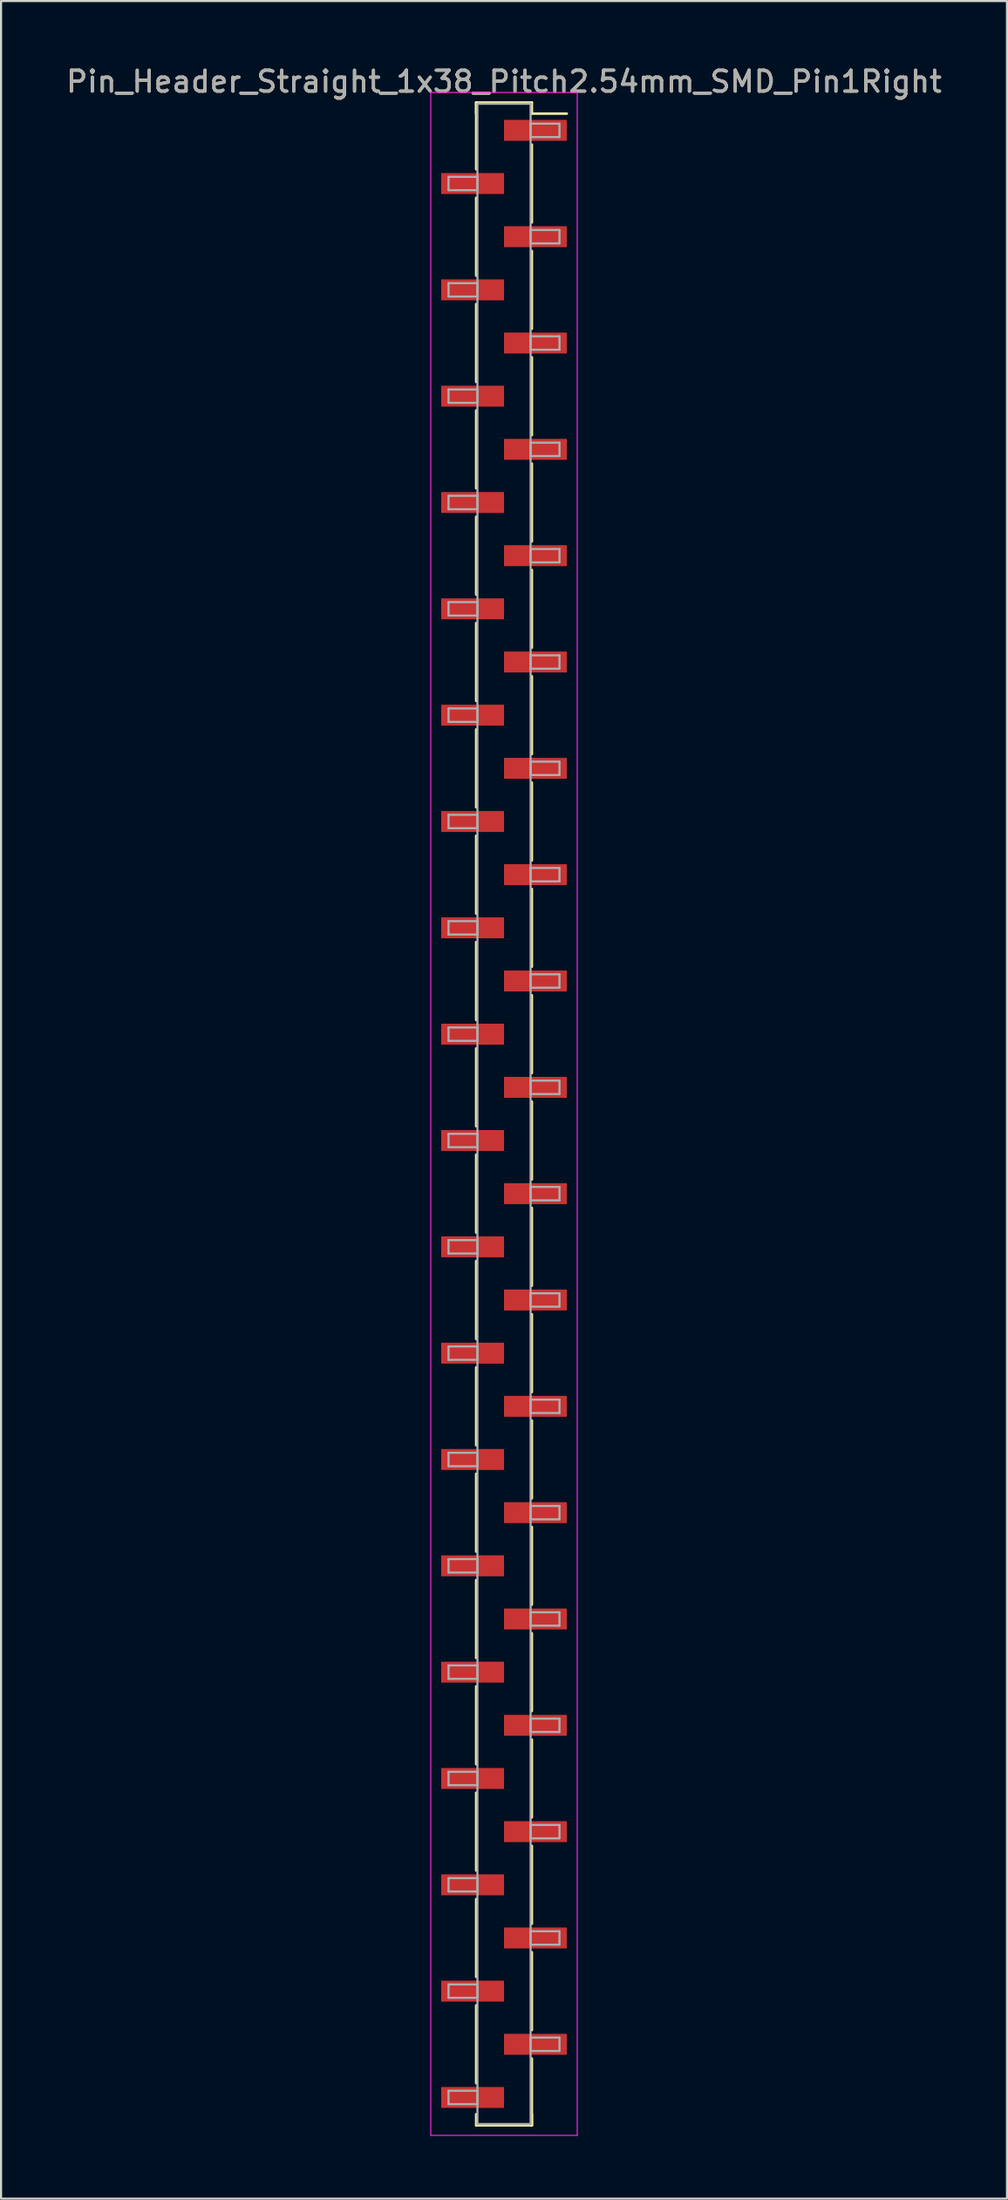
<source format=kicad_pcb>
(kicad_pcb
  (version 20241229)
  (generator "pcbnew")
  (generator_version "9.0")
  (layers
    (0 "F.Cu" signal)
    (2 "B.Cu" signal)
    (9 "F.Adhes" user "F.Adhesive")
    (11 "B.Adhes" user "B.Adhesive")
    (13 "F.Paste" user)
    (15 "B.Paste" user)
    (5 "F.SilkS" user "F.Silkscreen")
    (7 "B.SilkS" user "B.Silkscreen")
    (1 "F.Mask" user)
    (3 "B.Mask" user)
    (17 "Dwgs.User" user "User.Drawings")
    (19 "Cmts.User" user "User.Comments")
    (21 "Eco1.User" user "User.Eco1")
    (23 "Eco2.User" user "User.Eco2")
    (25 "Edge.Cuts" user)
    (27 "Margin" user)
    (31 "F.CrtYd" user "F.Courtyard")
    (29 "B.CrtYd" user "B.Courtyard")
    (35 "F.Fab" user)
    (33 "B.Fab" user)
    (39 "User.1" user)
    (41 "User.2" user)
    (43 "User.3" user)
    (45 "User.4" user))
  (footprint "Pin_Header_Straight_1x38_Pitch2.54mm_SMD_Pin1Right"
    (layer "F.Cu")
    (at 21.03 50.168)
    (property "Reference" "Pin_Header_Straight_1x38_Pitch2.54mm_SMD_Pin1Right" (at 0 -49.32 0) (layer "F.SilkS") (effects (font (size 1 1) (thickness 0.15))))
    (attr smd)
    (fp_line (start -1.33 -48.32) (end -1.33 -45.13) (stroke (width 0.12) (type solid)) (layer "F.SilkS"))
    (fp_line (start -1.33 -48.32) (end 1.33 -48.32) (stroke (width 0.12) (type solid)) (layer "F.SilkS"))
    (fp_line (start -1.33 -47.79) (end -1.33 -48.32) (stroke (width 0.12) (type solid)) (layer "F.SilkS"))
    (fp_line (start -1.33 -43.77) (end -1.33 -40.05) (stroke (width 0.12) (type solid)) (layer "F.SilkS"))
    (fp_line (start -1.33 -38.69) (end -1.33 -34.97) (stroke (width 0.12) (type solid)) (layer "F.SilkS"))
    (fp_line (start -1.33 -33.61) (end -1.33 -29.89) (stroke (width 0.12) (type solid)) (layer "F.SilkS"))
    (fp_line (start -1.33 -28.53) (end -1.33 -24.81) (stroke (width 0.12) (type solid)) (layer "F.SilkS"))
    (fp_line (start -1.33 -23.45) (end -1.33 -19.73) (stroke (width 0.12) (type solid)) (layer "F.SilkS"))
    (fp_line (start -1.33 -18.37) (end -1.33 -14.65) (stroke (width 0.12) (type solid)) (layer "F.SilkS"))
    (fp_line (start -1.33 -13.29) (end -1.33 -9.57) (stroke (width 0.12) (type solid)) (layer "F.SilkS"))
    (fp_line (start -1.33 -8.21) (end -1.33 -4.49) (stroke (width 0.12) (type solid)) (layer "F.SilkS"))
    (fp_line (start -1.33 -3.13) (end -1.33 0.59) (stroke (width 0.12) (type solid)) (layer "F.SilkS"))
    (fp_line (start -1.33 1.95) (end -1.33 5.67) (stroke (width 0.12) (type solid)) (layer "F.SilkS"))
    (fp_line (start -1.33 7.03) (end -1.33 10.75) (stroke (width 0.12) (type solid)) (layer "F.SilkS"))
    (fp_line (start -1.33 12.11) (end -1.33 15.83) (stroke (width 0.12) (type solid)) (layer "F.SilkS"))
    (fp_line (start -1.33 17.19) (end -1.33 20.91) (stroke (width 0.12) (type solid)) (layer "F.SilkS"))
    (fp_line (start -1.33 22.27) (end -1.33 25.99) (stroke (width 0.12) (type solid)) (layer "F.SilkS"))
    (fp_line (start -1.33 27.35) (end -1.33 31.07) (stroke (width 0.12) (type solid)) (layer "F.SilkS"))
    (fp_line (start -1.33 32.43) (end -1.33 36.15) (stroke (width 0.12) (type solid)) (layer "F.SilkS"))
    (fp_line (start -1.33 37.51) (end -1.33 41.23) (stroke (width 0.12) (type solid)) (layer "F.SilkS"))
    (fp_line (start -1.33 42.59) (end -1.33 46.31) (stroke (width 0.12) (type solid)) (layer "F.SilkS"))
    (fp_line (start -1.33 47.79) (end -1.33 48.32) (stroke (width 0.12) (type solid)) (layer "F.SilkS"))
    (fp_line (start -1.33 48.32) (end 1.33 48.32) (stroke (width 0.12) (type solid)) (layer "F.SilkS"))
    (fp_line (start 1.33 -48.32) (end 1.33 -47.79) (stroke (width 0.12) (type solid)) (layer "F.SilkS"))
    (fp_line (start 1.33 -47.79) (end 3 -47.79) (stroke (width 0.12) (type solid)) (layer "F.SilkS"))
    (fp_line (start 1.33 -46.31) (end 1.33 -42.59) (stroke (width 0.12) (type solid)) (layer "F.SilkS"))
    (fp_line (start 1.33 -41.23) (end 1.33 -37.51) (stroke (width 0.12) (type solid)) (layer "F.SilkS"))
    (fp_line (start 1.33 -36.15) (end 1.33 -32.43) (stroke (width 0.12) (type solid)) (layer "F.SilkS"))
    (fp_line (start 1.33 -31.07) (end 1.33 -27.35) (stroke (width 0.12) (type solid)) (layer "F.SilkS"))
    (fp_line (start 1.33 -25.99) (end 1.33 -22.27) (stroke (width 0.12) (type solid)) (layer "F.SilkS"))
    (fp_line (start 1.33 -20.91) (end 1.33 -17.19) (stroke (width 0.12) (type solid)) (layer "F.SilkS"))
    (fp_line (start 1.33 -15.83) (end 1.33 -12.11) (stroke (width 0.12) (type solid)) (layer "F.SilkS"))
    (fp_line (start 1.33 -10.75) (end 1.33 -7.03) (stroke (width 0.12) (type solid)) (layer "F.SilkS"))
    (fp_line (start 1.33 -5.67) (end 1.33 -1.95) (stroke (width 0.12) (type solid)) (layer "F.SilkS"))
    (fp_line (start 1.33 -0.59) (end 1.33 3.13) (stroke (width 0.12) (type solid)) (layer "F.SilkS"))
    (fp_line (start 1.33 4.49) (end 1.33 8.21) (stroke (width 0.12) (type solid)) (layer "F.SilkS"))
    (fp_line (start 1.33 9.57) (end 1.33 13.29) (stroke (width 0.12) (type solid)) (layer "F.SilkS"))
    (fp_line (start 1.33 14.65) (end 1.33 18.37) (stroke (width 0.12) (type solid)) (layer "F.SilkS"))
    (fp_line (start 1.33 19.73) (end 1.33 23.45) (stroke (width 0.12) (type solid)) (layer "F.SilkS"))
    (fp_line (start 1.33 24.81) (end 1.33 28.53) (stroke (width 0.12) (type solid)) (layer "F.SilkS"))
    (fp_line (start 1.33 29.89) (end 1.33 33.61) (stroke (width 0.12) (type solid)) (layer "F.SilkS"))
    (fp_line (start 1.33 34.97) (end 1.33 38.69) (stroke (width 0.12) (type solid)) (layer "F.SilkS"))
    (fp_line (start 1.33 40.05) (end 1.33 43.77) (stroke (width 0.12) (type solid)) (layer "F.SilkS"))
    (fp_line (start 1.33 45.13) (end 1.33 48.32) (stroke (width 0.12) (type solid)) (layer "F.SilkS"))
    (fp_line (start 1.33 48.32) (end 1.33 47.79) (stroke (width 0.12) (type solid)) (layer "F.SilkS"))
    (fp_line (start -3.5 -48.8) (end -3.5 48.8) (stroke (width 0.05) (type solid)) (layer "F.CrtYd"))
    (fp_line (start -3.5 48.8) (end 3.5 48.8) (stroke (width 0.05) (type solid)) (layer "F.CrtYd"))
    (fp_line (start 3.5 -48.8) (end -3.5 -48.8) (stroke (width 0.05) (type solid)) (layer "F.CrtYd"))
    (fp_line (start 3.5 48.8) (end 3.5 -48.8) (stroke (width 0.05) (type solid)) (layer "F.CrtYd"))
    (fp_line (start -2.65 -44.77) (end -1.27 -44.77) (stroke (width 0.1) (type solid)) (layer "F.Fab"))
    (fp_line (start -2.65 -44.13) (end -2.65 -44.77) (stroke (width 0.1) (type solid)) (layer "F.Fab"))
    (fp_line (start -2.65 -39.69) (end -1.27 -39.69) (stroke (width 0.1) (type solid)) (layer "F.Fab"))
    (fp_line (start -2.65 -39.05) (end -2.65 -39.69) (stroke (width 0.1) (type solid)) (layer "F.Fab"))
    (fp_line (start -2.65 -34.61) (end -1.27 -34.61) (stroke (width 0.1) (type solid)) (layer "F.Fab"))
    (fp_line (start -2.65 -33.97) (end -2.65 -34.61) (stroke (width 0.1) (type solid)) (layer "F.Fab"))
    (fp_line (start -2.65 -29.53) (end -1.27 -29.53) (stroke (width 0.1) (type solid)) (layer "F.Fab"))
    (fp_line (start -2.65 -28.89) (end -2.65 -29.53) (stroke (width 0.1) (type solid)) (layer "F.Fab"))
    (fp_line (start -2.65 -24.45) (end -1.27 -24.45) (stroke (width 0.1) (type solid)) (layer "F.Fab"))
    (fp_line (start -2.65 -23.81) (end -2.65 -24.45) (stroke (width 0.1) (type solid)) (layer "F.Fab"))
    (fp_line (start -2.65 -19.37) (end -1.27 -19.37) (stroke (width 0.1) (type solid)) (layer "F.Fab"))
    (fp_line (start -2.65 -18.73) (end -2.65 -19.37) (stroke (width 0.1) (type solid)) (layer "F.Fab"))
    (fp_line (start -2.65 -14.29) (end -1.27 -14.29) (stroke (width 0.1) (type solid)) (layer "F.Fab"))
    (fp_line (start -2.65 -13.65) (end -2.65 -14.29) (stroke (width 0.1) (type solid)) (layer "F.Fab"))
    (fp_line (start -2.65 -9.21) (end -1.27 -9.21) (stroke (width 0.1) (type solid)) (layer "F.Fab"))
    (fp_line (start -2.65 -8.57) (end -2.65 -9.21) (stroke (width 0.1) (type solid)) (layer "F.Fab"))
    (fp_line (start -2.65 -4.13) (end -1.27 -4.13) (stroke (width 0.1) (type solid)) (layer "F.Fab"))
    (fp_line (start -2.65 -3.49) (end -2.65 -4.13) (stroke (width 0.1) (type solid)) (layer "F.Fab"))
    (fp_line (start -2.65 0.95) (end -1.27 0.95) (stroke (width 0.1) (type solid)) (layer "F.Fab"))
    (fp_line (start -2.65 1.59) (end -2.65 0.95) (stroke (width 0.1) (type solid)) (layer "F.Fab"))
    (fp_line (start -2.65 6.03) (end -1.27 6.03) (stroke (width 0.1) (type solid)) (layer "F.Fab"))
    (fp_line (start -2.65 6.67) (end -2.65 6.03) (stroke (width 0.1) (type solid)) (layer "F.Fab"))
    (fp_line (start -2.65 11.11) (end -1.27 11.11) (stroke (width 0.1) (type solid)) (layer "F.Fab"))
    (fp_line (start -2.65 11.75) (end -2.65 11.11) (stroke (width 0.1) (type solid)) (layer "F.Fab"))
    (fp_line (start -2.65 16.19) (end -1.27 16.19) (stroke (width 0.1) (type solid)) (layer "F.Fab"))
    (fp_line (start -2.65 16.83) (end -2.65 16.19) (stroke (width 0.1) (type solid)) (layer "F.Fab"))
    (fp_line (start -2.65 21.27) (end -1.27 21.27) (stroke (width 0.1) (type solid)) (layer "F.Fab"))
    (fp_line (start -2.65 21.91) (end -2.65 21.27) (stroke (width 0.1) (type solid)) (layer "F.Fab"))
    (fp_line (start -2.65 26.35) (end -1.27 26.35) (stroke (width 0.1) (type solid)) (layer "F.Fab"))
    (fp_line (start -2.65 26.99) (end -2.65 26.35) (stroke (width 0.1) (type solid)) (layer "F.Fab"))
    (fp_line (start -2.65 31.43) (end -1.27 31.43) (stroke (width 0.1) (type solid)) (layer "F.Fab"))
    (fp_line (start -2.65 32.07) (end -2.65 31.43) (stroke (width 0.1) (type solid)) (layer "F.Fab"))
    (fp_line (start -2.65 36.51) (end -1.27 36.51) (stroke (width 0.1) (type solid)) (layer "F.Fab"))
    (fp_line (start -2.65 37.15) (end -2.65 36.51) (stroke (width 0.1) (type solid)) (layer "F.Fab"))
    (fp_line (start -2.65 41.59) (end -1.27 41.59) (stroke (width 0.1) (type solid)) (layer "F.Fab"))
    (fp_line (start -2.65 42.23) (end -2.65 41.59) (stroke (width 0.1) (type solid)) (layer "F.Fab"))
    (fp_line (start -2.65 46.67) (end -1.27 46.67) (stroke (width 0.1) (type solid)) (layer "F.Fab"))
    (fp_line (start -2.65 47.31) (end -2.65 46.67) (stroke (width 0.1) (type solid)) (layer "F.Fab"))
    (fp_line (start -1.27 -48.26) (end -1.27 48.26) (stroke (width 0.1) (type solid)) (layer "F.Fab"))
    (fp_line (start -1.27 -44.77) (end -1.27 -44.13) (stroke (width 0.1) (type solid)) (layer "F.Fab"))
    (fp_line (start -1.27 -44.13) (end -2.65 -44.13) (stroke (width 0.1) (type solid)) (layer "F.Fab"))
    (fp_line (start -1.27 -39.69) (end -1.27 -39.05) (stroke (width 0.1) (type solid)) (layer "F.Fab"))
    (fp_line (start -1.27 -39.05) (end -2.65 -39.05) (stroke (width 0.1) (type solid)) (layer "F.Fab"))
    (fp_line (start -1.27 -34.61) (end -1.27 -33.97) (stroke (width 0.1) (type solid)) (layer "F.Fab"))
    (fp_line (start -1.27 -33.97) (end -2.65 -33.97) (stroke (width 0.1) (type solid)) (layer "F.Fab"))
    (fp_line (start -1.27 -29.53) (end -1.27 -28.89) (stroke (width 0.1) (type solid)) (layer "F.Fab"))
    (fp_line (start -1.27 -28.89) (end -2.65 -28.89) (stroke (width 0.1) (type solid)) (layer "F.Fab"))
    (fp_line (start -1.27 -24.45) (end -1.27 -23.81) (stroke (width 0.1) (type solid)) (layer "F.Fab"))
    (fp_line (start -1.27 -23.81) (end -2.65 -23.81) (stroke (width 0.1) (type solid)) (layer "F.Fab"))
    (fp_line (start -1.27 -19.37) (end -1.27 -18.73) (stroke (width 0.1) (type solid)) (layer "F.Fab"))
    (fp_line (start -1.27 -18.73) (end -2.65 -18.73) (stroke (width 0.1) (type solid)) (layer "F.Fab"))
    (fp_line (start -1.27 -14.29) (end -1.27 -13.65) (stroke (width 0.1) (type solid)) (layer "F.Fab"))
    (fp_line (start -1.27 -13.65) (end -2.65 -13.65) (stroke (width 0.1) (type solid)) (layer "F.Fab"))
    (fp_line (start -1.27 -9.21) (end -1.27 -8.57) (stroke (width 0.1) (type solid)) (layer "F.Fab"))
    (fp_line (start -1.27 -8.57) (end -2.65 -8.57) (stroke (width 0.1) (type solid)) (layer "F.Fab"))
    (fp_line (start -1.27 -4.13) (end -1.27 -3.49) (stroke (width 0.1) (type solid)) (layer "F.Fab"))
    (fp_line (start -1.27 -3.49) (end -2.65 -3.49) (stroke (width 0.1) (type solid)) (layer "F.Fab"))
    (fp_line (start -1.27 0.95) (end -1.27 1.59) (stroke (width 0.1) (type solid)) (layer "F.Fab"))
    (fp_line (start -1.27 1.59) (end -2.65 1.59) (stroke (width 0.1) (type solid)) (layer "F.Fab"))
    (fp_line (start -1.27 6.03) (end -1.27 6.67) (stroke (width 0.1) (type solid)) (layer "F.Fab"))
    (fp_line (start -1.27 6.67) (end -2.65 6.67) (stroke (width 0.1) (type solid)) (layer "F.Fab"))
    (fp_line (start -1.27 11.11) (end -1.27 11.75) (stroke (width 0.1) (type solid)) (layer "F.Fab"))
    (fp_line (start -1.27 11.75) (end -2.65 11.75) (stroke (width 0.1) (type solid)) (layer "F.Fab"))
    (fp_line (start -1.27 16.19) (end -1.27 16.83) (stroke (width 0.1) (type solid)) (layer "F.Fab"))
    (fp_line (start -1.27 16.83) (end -2.65 16.83) (stroke (width 0.1) (type solid)) (layer "F.Fab"))
    (fp_line (start -1.27 21.27) (end -1.27 21.91) (stroke (width 0.1) (type solid)) (layer "F.Fab"))
    (fp_line (start -1.27 21.91) (end -2.65 21.91) (stroke (width 0.1) (type solid)) (layer "F.Fab"))
    (fp_line (start -1.27 26.35) (end -1.27 26.99) (stroke (width 0.1) (type solid)) (layer "F.Fab"))
    (fp_line (start -1.27 26.99) (end -2.65 26.99) (stroke (width 0.1) (type solid)) (layer "F.Fab"))
    (fp_line (start -1.27 31.43) (end -1.27 32.07) (stroke (width 0.1) (type solid)) (layer "F.Fab"))
    (fp_line (start -1.27 32.07) (end -2.65 32.07) (stroke (width 0.1) (type solid)) (layer "F.Fab"))
    (fp_line (start -1.27 36.51) (end -1.27 37.15) (stroke (width 0.1) (type solid)) (layer "F.Fab"))
    (fp_line (start -1.27 37.15) (end -2.65 37.15) (stroke (width 0.1) (type solid)) (layer "F.Fab"))
    (fp_line (start -1.27 41.59) (end -1.27 42.23) (stroke (width 0.1) (type solid)) (layer "F.Fab"))
    (fp_line (start -1.27 42.23) (end -2.65 42.23) (stroke (width 0.1) (type solid)) (layer "F.Fab"))
    (fp_line (start -1.27 46.67) (end -1.27 47.31) (stroke (width 0.1) (type solid)) (layer "F.Fab"))
    (fp_line (start -1.27 47.31) (end -2.65 47.31) (stroke (width 0.1) (type solid)) (layer "F.Fab"))
    (fp_line (start -1.27 48.26) (end 1.27 48.26) (stroke (width 0.1) (type solid)) (layer "F.Fab"))
    (fp_line (start 1.27 -48.26) (end -1.27 -48.26) (stroke (width 0.1) (type solid)) (layer "F.Fab"))
    (fp_line (start 1.27 -47.31) (end 1.27 -46.67) (stroke (width 0.1) (type solid)) (layer "F.Fab"))
    (fp_line (start 1.27 -46.67) (end 2.65 -46.67) (stroke (width 0.1) (type solid)) (layer "F.Fab"))
    (fp_line (start 1.27 -42.23) (end 1.27 -41.59) (stroke (width 0.1) (type solid)) (layer "F.Fab"))
    (fp_line (start 1.27 -41.59) (end 2.65 -41.59) (stroke (width 0.1) (type solid)) (layer "F.Fab"))
    (fp_line (start 1.27 -37.15) (end 1.27 -36.51) (stroke (width 0.1) (type solid)) (layer "F.Fab"))
    (fp_line (start 1.27 -36.51) (end 2.65 -36.51) (stroke (width 0.1) (type solid)) (layer "F.Fab"))
    (fp_line (start 1.27 -32.07) (end 1.27 -31.43) (stroke (width 0.1) (type solid)) (layer "F.Fab"))
    (fp_line (start 1.27 -31.43) (end 2.65 -31.43) (stroke (width 0.1) (type solid)) (layer "F.Fab"))
    (fp_line (start 1.27 -26.99) (end 1.27 -26.35) (stroke (width 0.1) (type solid)) (layer "F.Fab"))
    (fp_line (start 1.27 -26.35) (end 2.65 -26.35) (stroke (width 0.1) (type solid)) (layer "F.Fab"))
    (fp_line (start 1.27 -21.91) (end 1.27 -21.27) (stroke (width 0.1) (type solid)) (layer "F.Fab"))
    (fp_line (start 1.27 -21.27) (end 2.65 -21.27) (stroke (width 0.1) (type solid)) (layer "F.Fab"))
    (fp_line (start 1.27 -16.83) (end 1.27 -16.19) (stroke (width 0.1) (type solid)) (layer "F.Fab"))
    (fp_line (start 1.27 -16.19) (end 2.65 -16.19) (stroke (width 0.1) (type solid)) (layer "F.Fab"))
    (fp_line (start 1.27 -11.75) (end 1.27 -11.11) (stroke (width 0.1) (type solid)) (layer "F.Fab"))
    (fp_line (start 1.27 -11.11) (end 2.65 -11.11) (stroke (width 0.1) (type solid)) (layer "F.Fab"))
    (fp_line (start 1.27 -6.67) (end 1.27 -6.03) (stroke (width 0.1) (type solid)) (layer "F.Fab"))
    (fp_line (start 1.27 -6.03) (end 2.65 -6.03) (stroke (width 0.1) (type solid)) (layer "F.Fab"))
    (fp_line (start 1.27 -1.59) (end 1.27 -0.95) (stroke (width 0.1) (type solid)) (layer "F.Fab"))
    (fp_line (start 1.27 -0.95) (end 2.65 -0.95) (stroke (width 0.1) (type solid)) (layer "F.Fab"))
    (fp_line (start 1.27 3.49) (end 1.27 4.13) (stroke (width 0.1) (type solid)) (layer "F.Fab"))
    (fp_line (start 1.27 4.13) (end 2.65 4.13) (stroke (width 0.1) (type solid)) (layer "F.Fab"))
    (fp_line (start 1.27 8.57) (end 1.27 9.21) (stroke (width 0.1) (type solid)) (layer "F.Fab"))
    (fp_line (start 1.27 9.21) (end 2.65 9.21) (stroke (width 0.1) (type solid)) (layer "F.Fab"))
    (fp_line (start 1.27 13.65) (end 1.27 14.29) (stroke (width 0.1) (type solid)) (layer "F.Fab"))
    (fp_line (start 1.27 14.29) (end 2.65 14.29) (stroke (width 0.1) (type solid)) (layer "F.Fab"))
    (fp_line (start 1.27 18.73) (end 1.27 19.37) (stroke (width 0.1) (type solid)) (layer "F.Fab"))
    (fp_line (start 1.27 19.37) (end 2.65 19.37) (stroke (width 0.1) (type solid)) (layer "F.Fab"))
    (fp_line (start 1.27 23.81) (end 1.27 24.45) (stroke (width 0.1) (type solid)) (layer "F.Fab"))
    (fp_line (start 1.27 24.45) (end 2.65 24.45) (stroke (width 0.1) (type solid)) (layer "F.Fab"))
    (fp_line (start 1.27 28.89) (end 1.27 29.53) (stroke (width 0.1) (type solid)) (layer "F.Fab"))
    (fp_line (start 1.27 29.53) (end 2.65 29.53) (stroke (width 0.1) (type solid)) (layer "F.Fab"))
    (fp_line (start 1.27 33.97) (end 1.27 34.61) (stroke (width 0.1) (type solid)) (layer "F.Fab"))
    (fp_line (start 1.27 34.61) (end 2.65 34.61) (stroke (width 0.1) (type solid)) (layer "F.Fab"))
    (fp_line (start 1.27 39.05) (end 1.27 39.69) (stroke (width 0.1) (type solid)) (layer "F.Fab"))
    (fp_line (start 1.27 39.69) (end 2.65 39.69) (stroke (width 0.1) (type solid)) (layer "F.Fab"))
    (fp_line (start 1.27 44.13) (end 1.27 44.77) (stroke (width 0.1) (type solid)) (layer "F.Fab"))
    (fp_line (start 1.27 44.77) (end 2.65 44.77) (stroke (width 0.1) (type solid)) (layer "F.Fab"))
    (fp_line (start 1.27 48.26) (end 1.27 -48.26) (stroke (width 0.1) (type solid)) (layer "F.Fab"))
    (fp_line (start 2.65 -47.31) (end 1.27 -47.31) (stroke (width 0.1) (type solid)) (layer "F.Fab"))
    (fp_line (start 2.65 -46.67) (end 2.65 -47.31) (stroke (width 0.1) (type solid)) (layer "F.Fab"))
    (fp_line (start 2.65 -42.23) (end 1.27 -42.23) (stroke (width 0.1) (type solid)) (layer "F.Fab"))
    (fp_line (start 2.65 -41.59) (end 2.65 -42.23) (stroke (width 0.1) (type solid)) (layer "F.Fab"))
    (fp_line (start 2.65 -37.15) (end 1.27 -37.15) (stroke (width 0.1) (type solid)) (layer "F.Fab"))
    (fp_line (start 2.65 -36.51) (end 2.65 -37.15) (stroke (width 0.1) (type solid)) (layer "F.Fab"))
    (fp_line (start 2.65 -32.07) (end 1.27 -32.07) (stroke (width 0.1) (type solid)) (layer "F.Fab"))
    (fp_line (start 2.65 -31.43) (end 2.65 -32.07) (stroke (width 0.1) (type solid)) (layer "F.Fab"))
    (fp_line (start 2.65 -26.99) (end 1.27 -26.99) (stroke (width 0.1) (type solid)) (layer "F.Fab"))
    (fp_line (start 2.65 -26.35) (end 2.65 -26.99) (stroke (width 0.1) (type solid)) (layer "F.Fab"))
    (fp_line (start 2.65 -21.91) (end 1.27 -21.91) (stroke (width 0.1) (type solid)) (layer "F.Fab"))
    (fp_line (start 2.65 -21.27) (end 2.65 -21.91) (stroke (width 0.1) (type solid)) (layer "F.Fab"))
    (fp_line (start 2.65 -16.83) (end 1.27 -16.83) (stroke (width 0.1) (type solid)) (layer "F.Fab"))
    (fp_line (start 2.65 -16.19) (end 2.65 -16.83) (stroke (width 0.1) (type solid)) (layer "F.Fab"))
    (fp_line (start 2.65 -11.75) (end 1.27 -11.75) (stroke (width 0.1) (type solid)) (layer "F.Fab"))
    (fp_line (start 2.65 -11.11) (end 2.65 -11.75) (stroke (width 0.1) (type solid)) (layer "F.Fab"))
    (fp_line (start 2.65 -6.67) (end 1.27 -6.67) (stroke (width 0.1) (type solid)) (layer "F.Fab"))
    (fp_line (start 2.65 -6.03) (end 2.65 -6.67) (stroke (width 0.1) (type solid)) (layer "F.Fab"))
    (fp_line (start 2.65 -1.59) (end 1.27 -1.59) (stroke (width 0.1) (type solid)) (layer "F.Fab"))
    (fp_line (start 2.65 -0.95) (end 2.65 -1.59) (stroke (width 0.1) (type solid)) (layer "F.Fab"))
    (fp_line (start 2.65 3.49) (end 1.27 3.49) (stroke (width 0.1) (type solid)) (layer "F.Fab"))
    (fp_line (start 2.65 4.13) (end 2.65 3.49) (stroke (width 0.1) (type solid)) (layer "F.Fab"))
    (fp_line (start 2.65 8.57) (end 1.27 8.57) (stroke (width 0.1) (type solid)) (layer "F.Fab"))
    (fp_line (start 2.65 9.21) (end 2.65 8.57) (stroke (width 0.1) (type solid)) (layer "F.Fab"))
    (fp_line (start 2.65 13.65) (end 1.27 13.65) (stroke (width 0.1) (type solid)) (layer "F.Fab"))
    (fp_line (start 2.65 14.29) (end 2.65 13.65) (stroke (width 0.1) (type solid)) (layer "F.Fab"))
    (fp_line (start 2.65 18.73) (end 1.27 18.73) (stroke (width 0.1) (type solid)) (layer "F.Fab"))
    (fp_line (start 2.65 19.37) (end 2.65 18.73) (stroke (width 0.1) (type solid)) (layer "F.Fab"))
    (fp_line (start 2.65 23.81) (end 1.27 23.81) (stroke (width 0.1) (type solid)) (layer "F.Fab"))
    (fp_line (start 2.65 24.45) (end 2.65 23.81) (stroke (width 0.1) (type solid)) (layer "F.Fab"))
    (fp_line (start 2.65 28.89) (end 1.27 28.89) (stroke (width 0.1) (type solid)) (layer "F.Fab"))
    (fp_line (start 2.65 29.53) (end 2.65 28.89) (stroke (width 0.1) (type solid)) (layer "F.Fab"))
    (fp_line (start 2.65 33.97) (end 1.27 33.97) (stroke (width 0.1) (type solid)) (layer "F.Fab"))
    (fp_line (start 2.65 34.61) (end 2.65 33.97) (stroke (width 0.1) (type solid)) (layer "F.Fab"))
    (fp_line (start 2.65 39.05) (end 1.27 39.05) (stroke (width 0.1) (type solid)) (layer "F.Fab"))
    (fp_line (start 2.65 39.69) (end 2.65 39.05) (stroke (width 0.1) (type solid)) (layer "F.Fab"))
    (fp_line (start 2.65 44.13) (end 1.27 44.13) (stroke (width 0.1) (type solid)) (layer "F.Fab"))
    (fp_line (start 2.65 44.77) (end 2.65 44.13) (stroke (width 0.1) (type solid)) (layer "F.Fab"))
    (fp_text user "${REFERENCE}" (at 0 -49.32 0) (layer "F.Fab") (effects (font (size 1 1) (thickness 0.15))))
    (pad "1" smd rect (at 1.5 -46.99) (size 3 1) (layers "F.Cu" "F.Mask" "F.Paste"))
    (pad "2" smd rect (at -1.5 -44.45) (size 3 1) (layers "F.Cu" "F.Mask" "F.Paste"))
    (pad "3" smd rect (at 1.5 -41.91) (size 3 1) (layers "F.Cu" "F.Mask" "F.Paste"))
    (pad "4" smd rect (at -1.5 -39.37) (size 3 1) (layers "F.Cu" "F.Mask" "F.Paste"))
    (pad "5" smd rect (at 1.5 -36.83) (size 3 1) (layers "F.Cu" "F.Mask" "F.Paste"))
    (pad "6" smd rect (at -1.5 -34.29) (size 3 1) (layers "F.Cu" "F.Mask" "F.Paste"))
    (pad "7" smd rect (at 1.5 -31.75) (size 3 1) (layers "F.Cu" "F.Mask" "F.Paste"))
    (pad "8" smd rect (at -1.5 -29.21) (size 3 1) (layers "F.Cu" "F.Mask" "F.Paste"))
    (pad "9" smd rect (at 1.5 -26.67) (size 3 1) (layers "F.Cu" "F.Mask" "F.Paste"))
    (pad "10" smd rect (at -1.5 -24.13) (size 3 1) (layers "F.Cu" "F.Mask" "F.Paste"))
    (pad "11" smd rect (at 1.5 -21.59) (size 3 1) (layers "F.Cu" "F.Mask" "F.Paste"))
    (pad "12" smd rect (at -1.5 -19.05) (size 3 1) (layers "F.Cu" "F.Mask" "F.Paste"))
    (pad "13" smd rect (at 1.5 -16.51) (size 3 1) (layers "F.Cu" "F.Mask" "F.Paste"))
    (pad "14" smd rect (at -1.5 -13.97) (size 3 1) (layers "F.Cu" "F.Mask" "F.Paste"))
    (pad "15" smd rect (at 1.5 -11.43) (size 3 1) (layers "F.Cu" "F.Mask" "F.Paste"))
    (pad "16" smd rect (at -1.5 -8.89) (size 3 1) (layers "F.Cu" "F.Mask" "F.Paste"))
    (pad "17" smd rect (at 1.5 -6.35) (size 3 1) (layers "F.Cu" "F.Mask" "F.Paste"))
    (pad "18" smd rect (at -1.5 -3.81) (size 3 1) (layers "F.Cu" "F.Mask" "F.Paste"))
    (pad "19" smd rect (at 1.5 -1.27) (size 3 1) (layers "F.Cu" "F.Mask" "F.Paste"))
    (pad "20" smd rect (at -1.5 1.27) (size 3 1) (layers "F.Cu" "F.Mask" "F.Paste"))
    (pad "21" smd rect (at 1.5 3.81) (size 3 1) (layers "F.Cu" "F.Mask" "F.Paste"))
    (pad "22" smd rect (at -1.5 6.35) (size 3 1) (layers "F.Cu" "F.Mask" "F.Paste"))
    (pad "23" smd rect (at 1.5 8.89) (size 3 1) (layers "F.Cu" "F.Mask" "F.Paste"))
    (pad "24" smd rect (at -1.5 11.43) (size 3 1) (layers "F.Cu" "F.Mask" "F.Paste"))
    (pad "25" smd rect (at 1.5 13.97) (size 3 1) (layers "F.Cu" "F.Mask" "F.Paste"))
    (pad "26" smd rect (at -1.5 16.51) (size 3 1) (layers "F.Cu" "F.Mask" "F.Paste"))
    (pad "27" smd rect (at 1.5 19.05) (size 3 1) (layers "F.Cu" "F.Mask" "F.Paste"))
    (pad "28" smd rect (at -1.5 21.59) (size 3 1) (layers "F.Cu" "F.Mask" "F.Paste"))
    (pad "29" smd rect (at 1.5 24.13) (size 3 1) (layers "F.Cu" "F.Mask" "F.Paste"))
    (pad "30" smd rect (at -1.5 26.67) (size 3 1) (layers "F.Cu" "F.Mask" "F.Paste"))
    (pad "31" smd rect (at 1.5 29.21) (size 3 1) (layers "F.Cu" "F.Mask" "F.Paste"))
    (pad "32" smd rect (at -1.5 31.75) (size 3 1) (layers "F.Cu" "F.Mask" "F.Paste"))
    (pad "33" smd rect (at 1.5 34.29) (size 3 1) (layers "F.Cu" "F.Mask" "F.Paste"))
    (pad "34" smd rect (at -1.5 36.83) (size 3 1) (layers "F.Cu" "F.Mask" "F.Paste"))
    (pad "35" smd rect (at 1.5 39.37) (size 3 1) (layers "F.Cu" "F.Mask" "F.Paste"))
    (pad "36" smd rect (at -1.5 41.91) (size 3 1) (layers "F.Cu" "F.Mask" "F.Paste"))
    (pad "37" smd rect (at 1.5 44.45) (size 3 1) (layers "F.Cu" "F.Mask" "F.Paste"))
    (pad "38" smd rect (at -1.5 46.99) (size 3 1) (layers "F.Cu" "F.Mask" "F.Paste")))
  (gr_rect
    (start -3 -3)
    (end 45.06 101.993)
    (stroke (width 0.1) (type default))
    (fill no)
    (layer "Edge.Cuts")))
</source>
